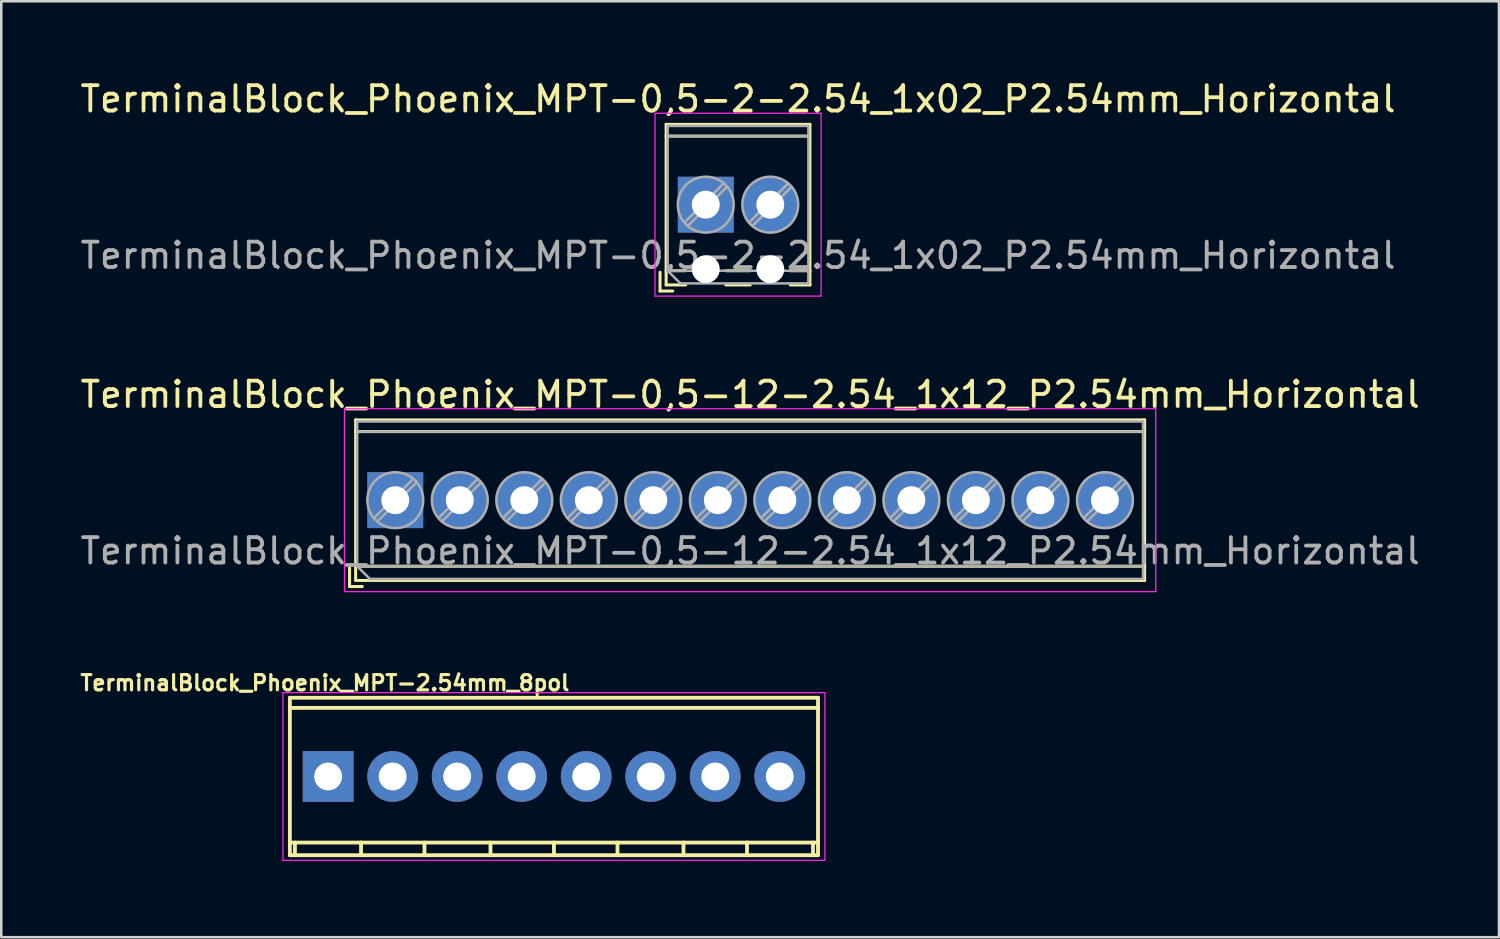
<source format=kicad_pcb>
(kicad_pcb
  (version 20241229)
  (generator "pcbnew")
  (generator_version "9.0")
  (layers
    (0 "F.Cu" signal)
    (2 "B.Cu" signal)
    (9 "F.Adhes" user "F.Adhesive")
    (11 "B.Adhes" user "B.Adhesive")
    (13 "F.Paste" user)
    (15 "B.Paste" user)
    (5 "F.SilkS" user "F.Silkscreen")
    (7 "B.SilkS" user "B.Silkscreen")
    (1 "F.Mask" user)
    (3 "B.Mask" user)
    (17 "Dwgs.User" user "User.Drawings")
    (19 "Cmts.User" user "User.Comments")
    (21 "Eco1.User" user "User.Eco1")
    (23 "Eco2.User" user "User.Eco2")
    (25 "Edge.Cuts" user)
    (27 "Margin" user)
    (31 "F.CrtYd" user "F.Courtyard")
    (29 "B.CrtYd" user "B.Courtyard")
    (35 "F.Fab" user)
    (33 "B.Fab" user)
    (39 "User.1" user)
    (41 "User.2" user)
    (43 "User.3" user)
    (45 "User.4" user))
  (footprint "TerminalBlock_Phoenix_MPT-0,5-12-2.54_1x12_P2.54mm_Horizontal"
    (layer "F.Cu")
    (at 12.512 16.642)
    (property "Reference" "TerminalBlock_Phoenix_MPT-0,5-12-2.54_1x12_P2.54mm_Horizontal" (at 13.97 -4.16 0) (layer "F.SilkS") (effects (font (size 1 1) (thickness 0.15))))
    (attr through_hole)
    (fp_line (start -1.8 2.66) (end -1.8 3.4) (stroke (width 0.12) (type solid)) (layer "F.SilkS"))
    (fp_line (start -1.8 3.4) (end -1.3 3.4) (stroke (width 0.12) (type solid)) (layer "F.SilkS"))
    (fp_line (start -1.56 -3.16) (end -1.56 3.16) (stroke (width 0.12) (type solid)) (layer "F.SilkS"))
    (fp_line (start -1.56 -3.16) (end 29.501 -3.16) (stroke (width 0.12) (type solid)) (layer "F.SilkS"))
    (fp_line (start -1.56 -2.7) (end 29.501 -2.7) (stroke (width 0.12) (type solid)) (layer "F.SilkS"))
    (fp_line (start -1.56 2.6) (end 29.501 2.6) (stroke (width 0.12) (type solid)) (layer "F.SilkS"))
    (fp_line (start -1.56 3.16) (end 29.501 3.16) (stroke (width 0.12) (type solid)) (layer "F.SilkS"))
    (fp_line (start 29.501 -3.16) (end 29.501 3.16) (stroke (width 0.12) (type solid)) (layer "F.SilkS"))
    (fp_line (start -2 -3.6) (end -2 3.6) (stroke (width 0.05) (type solid)) (layer "F.CrtYd"))
    (fp_line (start -2 3.6) (end 29.94 3.6) (stroke (width 0.05) (type solid)) (layer "F.CrtYd"))
    (fp_line (start 29.94 -3.6) (end -2 -3.6) (stroke (width 0.05) (type solid)) (layer "F.CrtYd"))
    (fp_line (start 29.94 3.6) (end 29.94 -3.6) (stroke (width 0.05) (type solid)) (layer "F.CrtYd"))
    (fp_line (start -1.5 -3.1) (end 29.44 -3.1) (stroke (width 0.1) (type solid)) (layer "F.Fab"))
    (fp_line (start -1.5 -2.7) (end 29.44 -2.7) (stroke (width 0.1) (type solid)) (layer "F.Fab"))
    (fp_line (start -1.5 2.6) (end -1.5 -3.1) (stroke (width 0.1) (type solid)) (layer "F.Fab"))
    (fp_line (start -1.5 2.6) (end 29.44 2.6) (stroke (width 0.1) (type solid)) (layer "F.Fab"))
    (fp_line (start -1 3.1) (end -1.5 2.6) (stroke (width 0.1) (type solid)) (layer "F.Fab"))
    (fp_line (start 0.701 -0.835) (end -0.835 0.7) (stroke (width 0.1) (type solid)) (layer "F.Fab"))
    (fp_line (start 0.835 -0.7) (end -0.701 0.835) (stroke (width 0.1) (type solid)) (layer "F.Fab"))
    (fp_line (start 3.241 -0.835) (end 1.706 0.7) (stroke (width 0.1) (type solid)) (layer "F.Fab"))
    (fp_line (start 3.375 -0.7) (end 1.84 0.835) (stroke (width 0.1) (type solid)) (layer "F.Fab"))
    (fp_line (start 5.781 -0.835) (end 4.246 0.7) (stroke (width 0.1) (type solid)) (layer "F.Fab"))
    (fp_line (start 5.915 -0.7) (end 4.38 0.835) (stroke (width 0.1) (type solid)) (layer "F.Fab"))
    (fp_line (start 8.321 -0.835) (end 6.786 0.7) (stroke (width 0.1) (type solid)) (layer "F.Fab"))
    (fp_line (start 8.455 -0.7) (end 6.92 0.835) (stroke (width 0.1) (type solid)) (layer "F.Fab"))
    (fp_line (start 10.861 -0.835) (end 9.326 0.7) (stroke (width 0.1) (type solid)) (layer "F.Fab"))
    (fp_line (start 10.995 -0.7) (end 9.46 0.835) (stroke (width 0.1) (type solid)) (layer "F.Fab"))
    (fp_line (start 13.401 -0.835) (end 11.866 0.7) (stroke (width 0.1) (type solid)) (layer "F.Fab"))
    (fp_line (start 13.535 -0.7) (end 12 0.835) (stroke (width 0.1) (type solid)) (layer "F.Fab"))
    (fp_line (start 15.941 -0.835) (end 14.406 0.7) (stroke (width 0.1) (type solid)) (layer "F.Fab"))
    (fp_line (start 16.075 -0.7) (end 14.54 0.835) (stroke (width 0.1) (type solid)) (layer "F.Fab"))
    (fp_line (start 18.481 -0.835) (end 16.946 0.7) (stroke (width 0.1) (type solid)) (layer "F.Fab"))
    (fp_line (start 18.615 -0.7) (end 17.08 0.835) (stroke (width 0.1) (type solid)) (layer "F.Fab"))
    (fp_line (start 21.021 -0.835) (end 19.486 0.7) (stroke (width 0.1) (type solid)) (layer "F.Fab"))
    (fp_line (start 21.155 -0.7) (end 19.62 0.835) (stroke (width 0.1) (type solid)) (layer "F.Fab"))
    (fp_line (start 23.561 -0.835) (end 22.026 0.7) (stroke (width 0.1) (type solid)) (layer "F.Fab"))
    (fp_line (start 23.695 -0.7) (end 22.16 0.835) (stroke (width 0.1) (type solid)) (layer "F.Fab"))
    (fp_line (start 26.101 -0.835) (end 24.566 0.7) (stroke (width 0.1) (type solid)) (layer "F.Fab"))
    (fp_line (start 26.235 -0.7) (end 24.7 0.835) (stroke (width 0.1) (type solid)) (layer "F.Fab"))
    (fp_line (start 28.641 -0.835) (end 27.106 0.7) (stroke (width 0.1) (type solid)) (layer "F.Fab"))
    (fp_line (start 28.775 -0.7) (end 27.24 0.835) (stroke (width 0.1) (type solid)) (layer "F.Fab"))
    (fp_line (start 29.44 -3.1) (end 29.44 3.1) (stroke (width 0.1) (type solid)) (layer "F.Fab"))
    (fp_line (start 29.44 3.1) (end -1 3.1) (stroke (width 0.1) (type solid)) (layer "F.Fab"))
    (fp_circle (center 0 0) (end 1.1 0) (stroke (width 0.1) (type solid)) (fill no) (layer "F.Fab"))
    (fp_circle (center 2.54 0) (end 3.64 0) (stroke (width 0.1) (type solid)) (fill no) (layer "F.Fab"))
    (fp_circle (center 5.08 0) (end 6.18 0) (stroke (width 0.1) (type solid)) (fill no) (layer "F.Fab"))
    (fp_circle (center 7.62 0) (end 8.72 0) (stroke (width 0.1) (type solid)) (fill no) (layer "F.Fab"))
    (fp_circle (center 10.16 0) (end 11.26 0) (stroke (width 0.1) (type solid)) (fill no) (layer "F.Fab"))
    (fp_circle (center 12.7 0) (end 13.8 0) (stroke (width 0.1) (type solid)) (fill no) (layer "F.Fab"))
    (fp_circle (center 15.24 0) (end 16.34 0) (stroke (width 0.1) (type solid)) (fill no) (layer "F.Fab"))
    (fp_circle (center 17.78 0) (end 18.88 0) (stroke (width 0.1) (type solid)) (fill no) (layer "F.Fab"))
    (fp_circle (center 20.32 0) (end 21.42 0) (stroke (width 0.1) (type solid)) (fill no) (layer "F.Fab"))
    (fp_circle (center 22.86 0) (end 23.96 0) (stroke (width 0.1) (type solid)) (fill no) (layer "F.Fab"))
    (fp_circle (center 25.4 0) (end 26.5 0) (stroke (width 0.1) (type solid)) (fill no) (layer "F.Fab"))
    (fp_circle (center 27.94 0) (end 29.04 0) (stroke (width 0.1) (type solid)) (fill no) (layer "F.Fab"))
    (fp_text user "${REFERENCE}" (at 13.97 2 0) (layer "F.Fab") (effects (font (size 1 1) (thickness 0.15))))
    (pad "1" thru_hole rect (at 0 0) (size 2.2 2.2) (drill 1.1) (layers "*.Cu" "*.Mask"))
    (pad "2" thru_hole circle (at 2.54 0) (size 2.2 2.2) (drill 1.1) (layers "*.Cu" "*.Mask"))
    (pad "3" thru_hole circle (at 5.08 0) (size 2.2 2.2) (drill 1.1) (layers "*.Cu" "*.Mask"))
    (pad "4" thru_hole circle (at 7.62 0) (size 2.2 2.2) (drill 1.1) (layers "*.Cu" "*.Mask"))
    (pad "5" thru_hole circle (at 10.16 0) (size 2.2 2.2) (drill 1.1) (layers "*.Cu" "*.Mask"))
    (pad "6" thru_hole circle (at 12.7 0) (size 2.2 2.2) (drill 1.1) (layers "*.Cu" "*.Mask"))
    (pad "7" thru_hole circle (at 15.24 0) (size 2.2 2.2) (drill 1.1) (layers "*.Cu" "*.Mask"))
    (pad "8" thru_hole circle (at 17.78 0) (size 2.2 2.2) (drill 1.1) (layers "*.Cu" "*.Mask"))
    (pad "9" thru_hole circle (at 20.32 0) (size 2.2 2.2) (drill 1.1) (layers "*.Cu" "*.Mask"))
    (pad "10" thru_hole circle (at 22.86 0) (size 2.2 2.2) (drill 1.1) (layers "*.Cu" "*.Mask"))
    (pad "11" thru_hole circle (at 25.4 0) (size 2.2 2.2) (drill 1.1) (layers "*.Cu" "*.Mask"))
    (pad "12" thru_hole circle (at 27.94 0) (size 2.2 2.2) (drill 1.1) (layers "*.Cu" "*.Mask")))
  (footprint "TerminalBlock_Phoenix_MPT-2.54mm_8pol"
    (layer "F.Cu")
    (at 18.759 27.52)
    (property "Reference" "TerminalBlock_Phoenix_MPT-2.54mm_8pol" (at -9.017 -3.683 0) (layer "F.SilkS") (effects (font (size 0.6 0.6) (thickness 0.125))))
    (attr through_hole)
    (fp_line (start -10.399 -2.7) (end 10.399 -2.7) (stroke (width 0.15) (type solid)) (layer "F.SilkS"))
    (fp_line (start -10.399 2.601) (end 10.399 2.601) (stroke (width 0.15) (type solid)) (layer "F.SilkS"))
    (fp_line (start -10.396 -3.099) (end -10.396 3.099) (stroke (width 0.15) (type solid)) (layer "F.SilkS"))
    (fp_line (start -10.198 3.099) (end -10.198 2.601) (stroke (width 0.15) (type solid)) (layer "F.SilkS"))
    (fp_line (start -7.595 3.099) (end -7.595 2.601) (stroke (width 0.15) (type solid)) (layer "F.SilkS"))
    (fp_line (start -5.098 2.601) (end -5.098 3.099) (stroke (width 0.15) (type solid)) (layer "F.SilkS"))
    (fp_line (start -2.499 2.601) (end -2.499 3.099) (stroke (width 0.15) (type solid)) (layer "F.SilkS"))
    (fp_line (start 0 2.601) (end 0 3.099) (stroke (width 0.15) (type solid)) (layer "F.SilkS"))
    (fp_line (start 2.502 2.601) (end 2.502 3.099) (stroke (width 0.15) (type solid)) (layer "F.SilkS"))
    (fp_line (start 5.1 2.601) (end 5.1 3.099) (stroke (width 0.15) (type solid)) (layer "F.SilkS"))
    (fp_line (start 7.6 2.601) (end 7.6 3.099) (stroke (width 0.15) (type solid)) (layer "F.SilkS"))
    (fp_line (start 10.198 2.601) (end 10.198 3.099) (stroke (width 0.15) (type solid)) (layer "F.SilkS"))
    (fp_line (start 10.396 3.099) (end 10.396 -3.099) (stroke (width 0.15) (type solid)) (layer "F.SilkS"))
    (fp_line (start 10.399 -3.099) (end -10.399 -3.099) (stroke (width 0.15) (type solid)) (layer "F.SilkS"))
    (fp_line (start 10.399 3.099) (end -10.399 3.099) (stroke (width 0.15) (type solid)) (layer "F.SilkS"))
    (fp_line (start -10.668 -3.302) (end 10.668 -3.302) (stroke (width 0.05) (type solid)) (layer "F.CrtYd"))
    (fp_line (start -10.668 3.302) (end -10.668 -3.302) (stroke (width 0.05) (type solid)) (layer "F.CrtYd"))
    (fp_line (start 10.668 -3.302) (end 10.668 3.302) (stroke (width 0.05) (type solid)) (layer "F.CrtYd"))
    (fp_line (start 10.668 3.302) (end -10.668 3.302) (stroke (width 0.05) (type solid)) (layer "F.CrtYd"))
    (pad "1" thru_hole rect (at -8.89 0 180) (size 1.999 1.999) (drill 1.097) (layers "*.Cu" "*.Mask"))
    (pad "2" thru_hole oval (at -6.35 0 180) (size 1.999 1.999) (drill 1.097) (layers "*.Cu" "*.Mask"))
    (pad "3" thru_hole oval (at -3.81 0 180) (size 1.999 1.999) (drill 1.097) (layers "*.Cu" "*.Mask"))
    (pad "4" thru_hole oval (at -1.27 0 180) (size 1.999 1.999) (drill 1.097) (layers "*.Cu" "*.Mask"))
    (pad "5" thru_hole oval (at 1.27 0 180) (size 1.999 1.999) (drill 1.097) (layers "*.Cu" "*.Mask"))
    (pad "6" thru_hole oval (at 3.81 0 180) (size 1.999 1.999) (drill 1.097) (layers "*.Cu" "*.Mask"))
    (pad "7" thru_hole oval (at 6.35 0 180) (size 1.999 1.999) (drill 1.097) (layers "*.Cu" "*.Mask"))
    (pad "8" thru_hole oval (at 8.89 0 180) (size 1.999 1.999) (drill 1.097) (layers "*.Cu" "*.Mask")))
  (footprint "TerminalBlock_Phoenix_MPT-0,5-2-2.54_1x02_P2.54mm_Horizontal"
    (layer "F.Cu")
    (at 24.736 5.008)
    (property "Reference" "TerminalBlock_Phoenix_MPT-0,5-2-2.54_1x02_P2.54mm_Horizontal" (at 1.27 -4.16 0) (layer "F.SilkS") (effects (font (size 1 1) (thickness 0.15))))
    (attr through_hole)
    (fp_line (start -1.8 2.66) (end -1.8 3.4) (stroke (width 0.12) (type solid)) (layer "F.SilkS"))
    (fp_line (start -1.8 3.4) (end -1.3 3.4) (stroke (width 0.12) (type solid)) (layer "F.SilkS"))
    (fp_line (start -1.56 -3.16) (end -1.56 3.16) (stroke (width 0.12) (type solid)) (layer "F.SilkS"))
    (fp_line (start -1.56 -3.16) (end 4.1 -3.16) (stroke (width 0.12) (type solid)) (layer "F.SilkS"))
    (fp_line (start -1.56 -2.7) (end 4.1 -2.7) (stroke (width 0.12) (type solid)) (layer "F.SilkS"))
    (fp_line (start -1.56 2.6) (end -0.79 2.6) (stroke (width 0.12) (type solid)) (layer "F.SilkS"))
    (fp_line (start -1.56 3.16) (end -0.79 3.16) (stroke (width 0.12) (type solid)) (layer "F.SilkS"))
    (fp_line (start 0.79 2.6) (end 1.75 2.6) (stroke (width 0.12) (type solid)) (layer "F.SilkS"))
    (fp_line (start 0.79 3.16) (end 1.75 3.16) (stroke (width 0.12) (type solid)) (layer "F.SilkS"))
    (fp_line (start 3.33 2.6) (end 4.1 2.6) (stroke (width 0.12) (type solid)) (layer "F.SilkS"))
    (fp_line (start 3.33 3.16) (end 4.1 3.16) (stroke (width 0.12) (type solid)) (layer "F.SilkS"))
    (fp_line (start 4.1 -3.16) (end 4.1 3.16) (stroke (width 0.12) (type solid)) (layer "F.SilkS"))
    (fp_line (start -2 -3.6) (end -2 3.6) (stroke (width 0.05) (type solid)) (layer "F.CrtYd"))
    (fp_line (start -2 3.6) (end 4.54 3.6) (stroke (width 0.05) (type solid)) (layer "F.CrtYd"))
    (fp_line (start 4.54 -3.6) (end -2 -3.6) (stroke (width 0.05) (type solid)) (layer "F.CrtYd"))
    (fp_line (start 4.54 3.6) (end 4.54 -3.6) (stroke (width 0.05) (type solid)) (layer "F.CrtYd"))
    (fp_line (start -1.5 -3.1) (end 4.04 -3.1) (stroke (width 0.1) (type solid)) (layer "F.Fab"))
    (fp_line (start -1.5 -2.7) (end 4.04 -2.7) (stroke (width 0.1) (type solid)) (layer "F.Fab"))
    (fp_line (start -1.5 2.6) (end -1.5 -3.1) (stroke (width 0.1) (type solid)) (layer "F.Fab"))
    (fp_line (start -1.5 2.6) (end 4.04 2.6) (stroke (width 0.1) (type solid)) (layer "F.Fab"))
    (fp_line (start -1 3.1) (end -1.5 2.6) (stroke (width 0.1) (type solid)) (layer "F.Fab"))
    (fp_line (start 0.701 -0.835) (end -0.835 0.7) (stroke (width 0.1) (type solid)) (layer "F.Fab"))
    (fp_line (start 0.835 -0.7) (end -0.701 0.835) (stroke (width 0.1) (type solid)) (layer "F.Fab"))
    (fp_line (start 3.241 -0.835) (end 1.706 0.7) (stroke (width 0.1) (type solid)) (layer "F.Fab"))
    (fp_line (start 3.375 -0.7) (end 1.84 0.835) (stroke (width 0.1) (type solid)) (layer "F.Fab"))
    (fp_line (start 4.04 -3.1) (end 4.04 3.1) (stroke (width 0.1) (type solid)) (layer "F.Fab"))
    (fp_line (start 4.04 3.1) (end -1 3.1) (stroke (width 0.1) (type solid)) (layer "F.Fab"))
    (fp_circle (center 0 0) (end 1.1 0) (stroke (width 0.1) (type solid)) (fill no) (layer "F.Fab"))
    (fp_circle (center 2.54 0) (end 3.64 0) (stroke (width 0.1) (type solid)) (fill no) (layer "F.Fab"))
    (fp_text user "${REFERENCE}" (at 1.27 2 0) (layer "F.Fab") (effects (font (size 1 1) (thickness 0.15))))
    (pad "" np_thru_hole circle (at 0 2.54) (size 1.1 1.1) (drill 1.1) (layers "*.Cu" "*.Mask"))
    (pad "" np_thru_hole circle (at 2.54 2.54) (size 1.1 1.1) (drill 1.1) (layers "*.Cu" "*.Mask"))
    (pad "1" thru_hole rect (at 0 0) (size 2.2 2.2) (drill 1.1) (layers "*.Cu" "*.Mask"))
    (pad "2" thru_hole circle (at 2.54 0) (size 2.2 2.2) (drill 1.1) (layers "*.Cu" "*.Mask")))
  (gr_rect
    (start -3 -3)
    (end 55.964 33.847)
    (stroke (width 0.1) (type default))
    (fill no)
    (layer "Edge.Cuts")))
</source>
